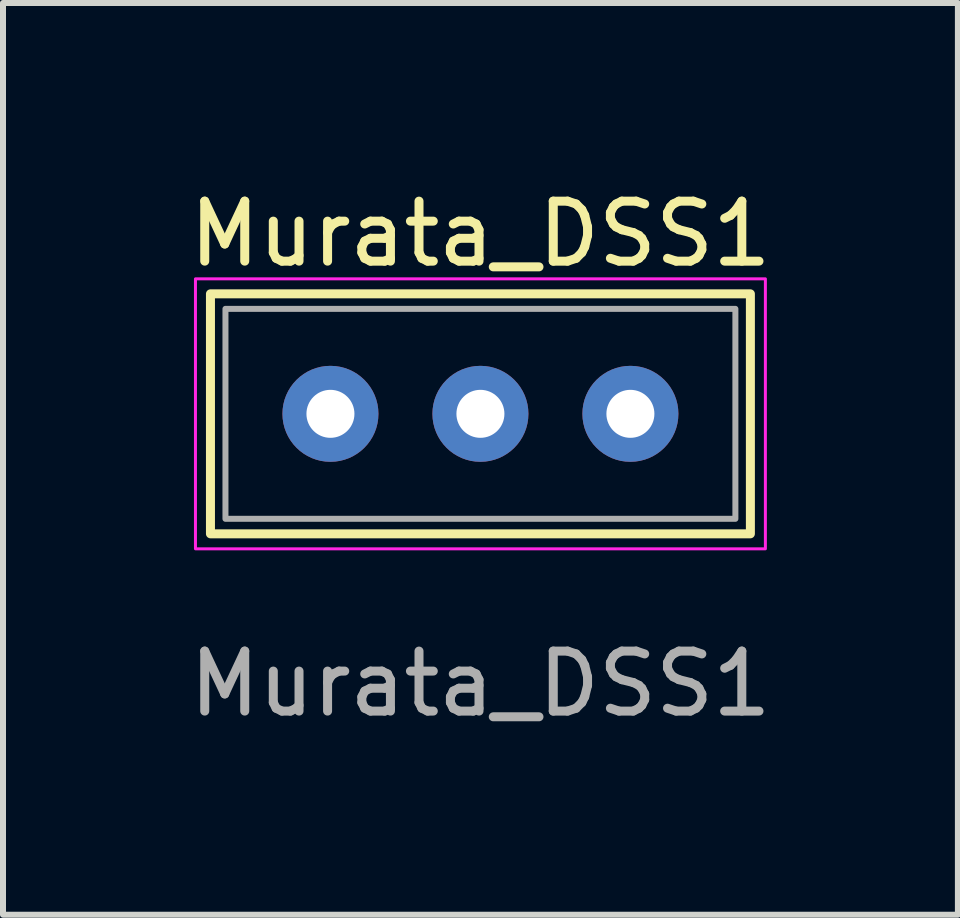
<source format=kicad_pcb>
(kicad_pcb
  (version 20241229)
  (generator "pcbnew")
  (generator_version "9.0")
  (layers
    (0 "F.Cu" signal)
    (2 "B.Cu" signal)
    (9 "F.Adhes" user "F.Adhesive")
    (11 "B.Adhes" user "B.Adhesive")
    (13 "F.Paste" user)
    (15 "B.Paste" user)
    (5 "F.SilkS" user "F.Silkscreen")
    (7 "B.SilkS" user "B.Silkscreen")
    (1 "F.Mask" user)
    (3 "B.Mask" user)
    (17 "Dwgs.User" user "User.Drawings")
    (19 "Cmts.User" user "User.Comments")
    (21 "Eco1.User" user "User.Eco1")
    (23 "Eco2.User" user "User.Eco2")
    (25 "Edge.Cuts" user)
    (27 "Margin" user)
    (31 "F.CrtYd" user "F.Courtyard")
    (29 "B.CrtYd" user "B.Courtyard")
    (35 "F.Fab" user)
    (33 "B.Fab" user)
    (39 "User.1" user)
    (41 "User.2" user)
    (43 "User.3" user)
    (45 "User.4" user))
  (footprint "Murata_DSS1"
    (layer "F.Cu")
    (at 4.958 3.848)
    (property "Reference" "Murata_DSS1" (at 0 -3 0) (unlocked yes) (layer "F.SilkS") (effects (font (size 1 1) (thickness 0.15))))
    (attr through_hole)
    (fp_rect (start -4.5 -2) (end 4.5 2) (stroke (width 0.15) (type default)) (fill no) (layer "F.SilkS"))
    (fp_rect (start -4.75 -2.25) (end 4.75 2.25) (stroke (width 0.05) (type default)) (fill no) (layer "F.CrtYd"))
    (fp_rect (start -4.25 -1.75) (end 4.25 1.75) (stroke (width 0.1) (type default)) (fill no) (layer "F.Fab"))
    (fp_text user "${REFERENCE}" (at 0 4.5 0) (unlocked yes) (layer "F.Fab") (effects (font (size 1 1) (thickness 0.15))))
    (pad "1" thru_hole circle (at -2.5 0) (size 1.6 1.6) (drill 0.8) (layers "*.Cu" "*.Mask"))
    (pad "2" thru_hole circle (at 0 0) (size 1.6 1.6) (drill 0.8) (layers "*.Cu" "*.Mask"))
    (pad "3" thru_hole circle (at 2.5 0) (size 1.6 1.6) (drill 0.8) (layers "*.Cu" "*.Mask")))
  (gr_rect
    (start -3 -3)
    (end 12.917 12.197)
    (stroke (width 0.1) (type default))
    (fill no)
    (layer "Edge.Cuts")))
</source>
